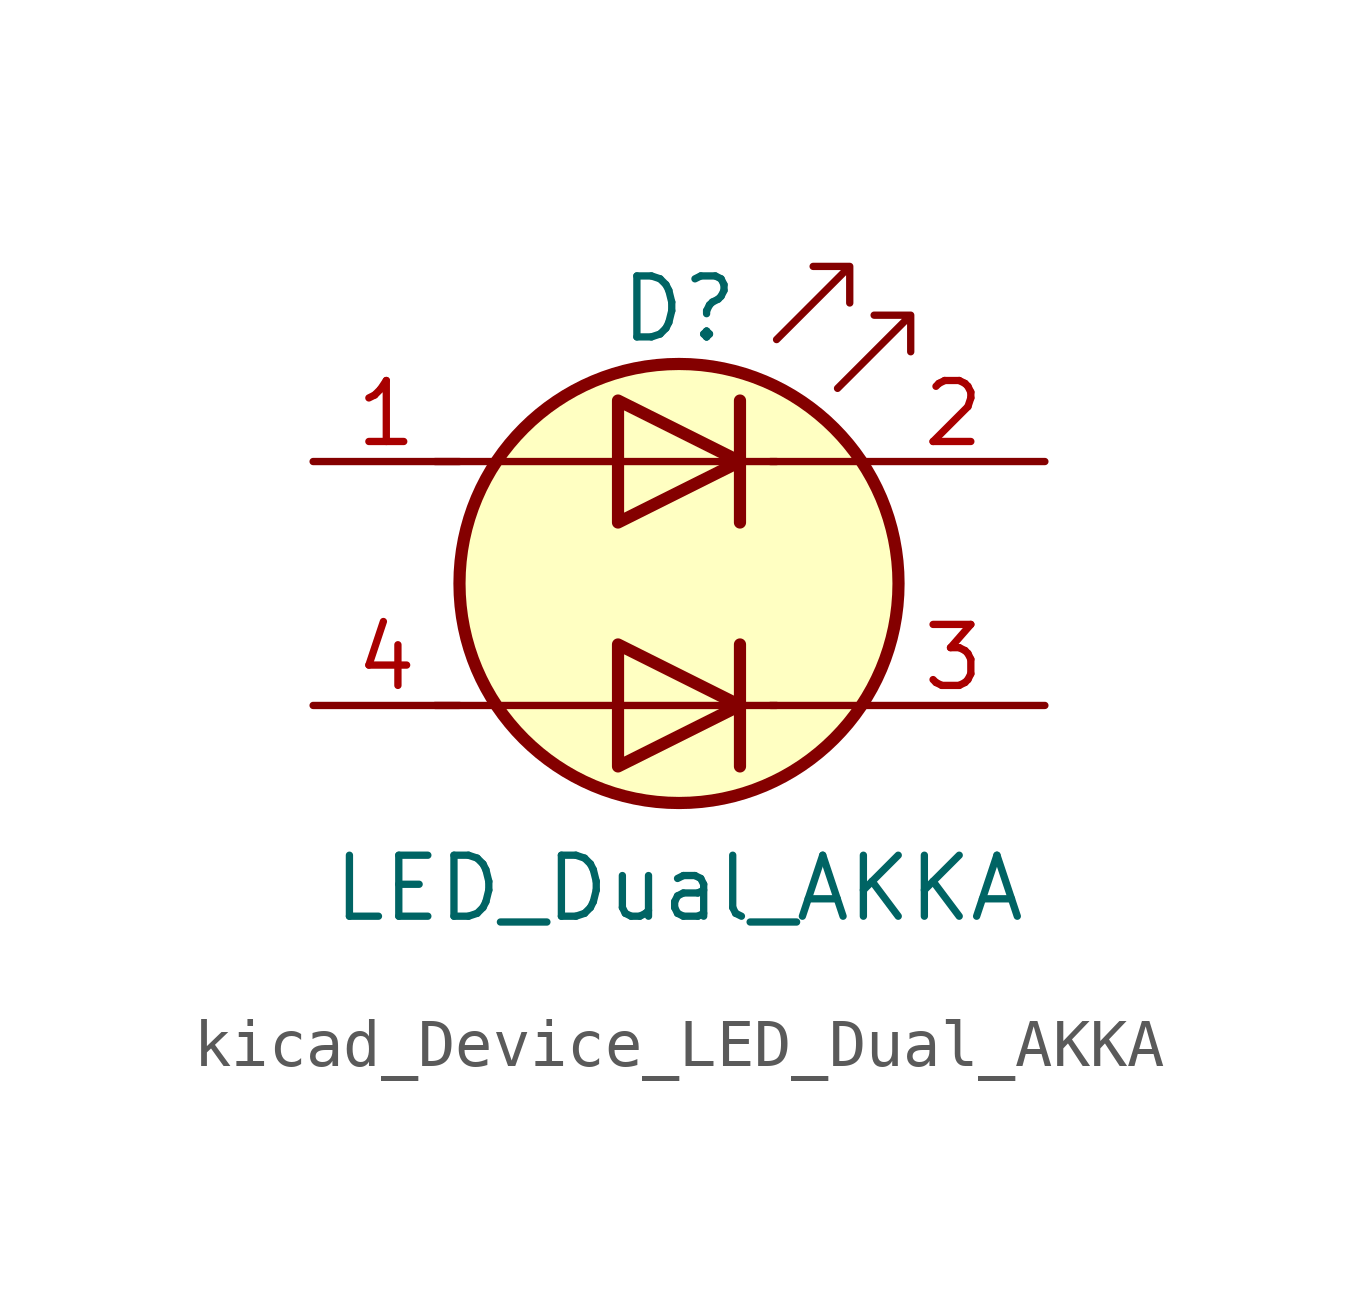
<source format=kicad_sym>
(kicad_symbol_lib
  (version 20220914)
  (generator kicad_symbol_editor)
  (symbol "kicad_Device_LED_Dual_AKKA"
    (pin_names
      (offset 0) hide)
    (property "Reference" "D"
      (at 0 5.715 0)
      (effects (font (size 1.27 1.27))))
    (property "Value" "LED_Dual_AKKA"
      (at 0 -6.35 0)
      (effects (font (size 1.27 1.27))))
    (symbol "kicad_Device_LED_Dual_AKKA_0_1"
      (polyline (pts (xy -5.08 -2.54) (xy 2.032 -2.54)) (stroke (width 0) (type default)) (fill (type none)))
      (polyline (pts (xy -5.08 2.54) (xy 2.032 2.54)) (stroke (width 0) (type default)) (fill (type none)))
      (polyline (pts (xy 1.27 -1.27) (xy 1.27 -3.81)) (stroke (width 0.254) (type default)) (fill (type none)))
      (polyline (pts (xy 1.27 3.81) (xy 1.27 1.27)) (stroke (width 0.254) (type default)) (fill (type none)))
      (polyline (pts (xy 3.81 -2.54) (xy 1.905 -2.54)) (stroke (width 0) (type default)) (fill (type none)))
      (polyline (pts (xy 3.81 2.54) (xy 1.905 2.54)) (stroke (width 0) (type default)) (fill (type none)))
      (polyline (pts (xy -1.27 -1.27) (xy -1.27 -3.81) (xy 1.27 -2.54) (xy -1.27 -1.27)) (stroke (width 0.254) (type default)) (fill (type none)))
      (polyline (pts (xy -1.27 3.81) (xy -1.27 1.27) (xy 1.27 2.54) (xy -1.27 3.81)) (stroke (width 0.254) (type default)) (fill (type none)))
      (polyline (pts (xy 2.032 5.08) (xy 3.556 6.604) (xy 2.794 6.604) (xy 3.556 6.604) (xy 3.556 5.842)) (stroke (width 0) (type default)) (fill (type none)))
      (polyline (pts (xy 3.302 4.064) (xy 4.826 5.588) (xy 4.064 5.588) (xy 4.826 5.588) (xy 4.826 4.826)) (stroke (width 0) (type default)) (fill (type none)))
      (circle (center 0 0) (radius 4.572) (stroke (width 0.254) (type default)) (fill (type background))))
    (symbol "kicad_Device_LED_Dual_AKKA_1_1"
      (pin input line (at -7.62 2.54 0) (length 3.048) (name "A1" (effects (font (size 1.27 1.27)))) (number "1" (effects (font (size 1.27 1.27)))))
      (pin input line (at 7.62 2.54 180) (length 3.81) (name "K1" (effects (font (size 1.27 1.27)))) (number "2" (effects (font (size 1.27 1.27)))))
      (pin input line (at 7.62 -2.54 180) (length 3.81) (name "K2" (effects (font (size 1.27 1.27)))) (number "3" (effects (font (size 1.27 1.27)))))
      (pin input line (at -7.62 -2.54 0) (length 3.048) (name "A2" (effects (font (size 1.27 1.27)))) (number "4" (effects (font (size 1.27 1.27))))))))
</source>
